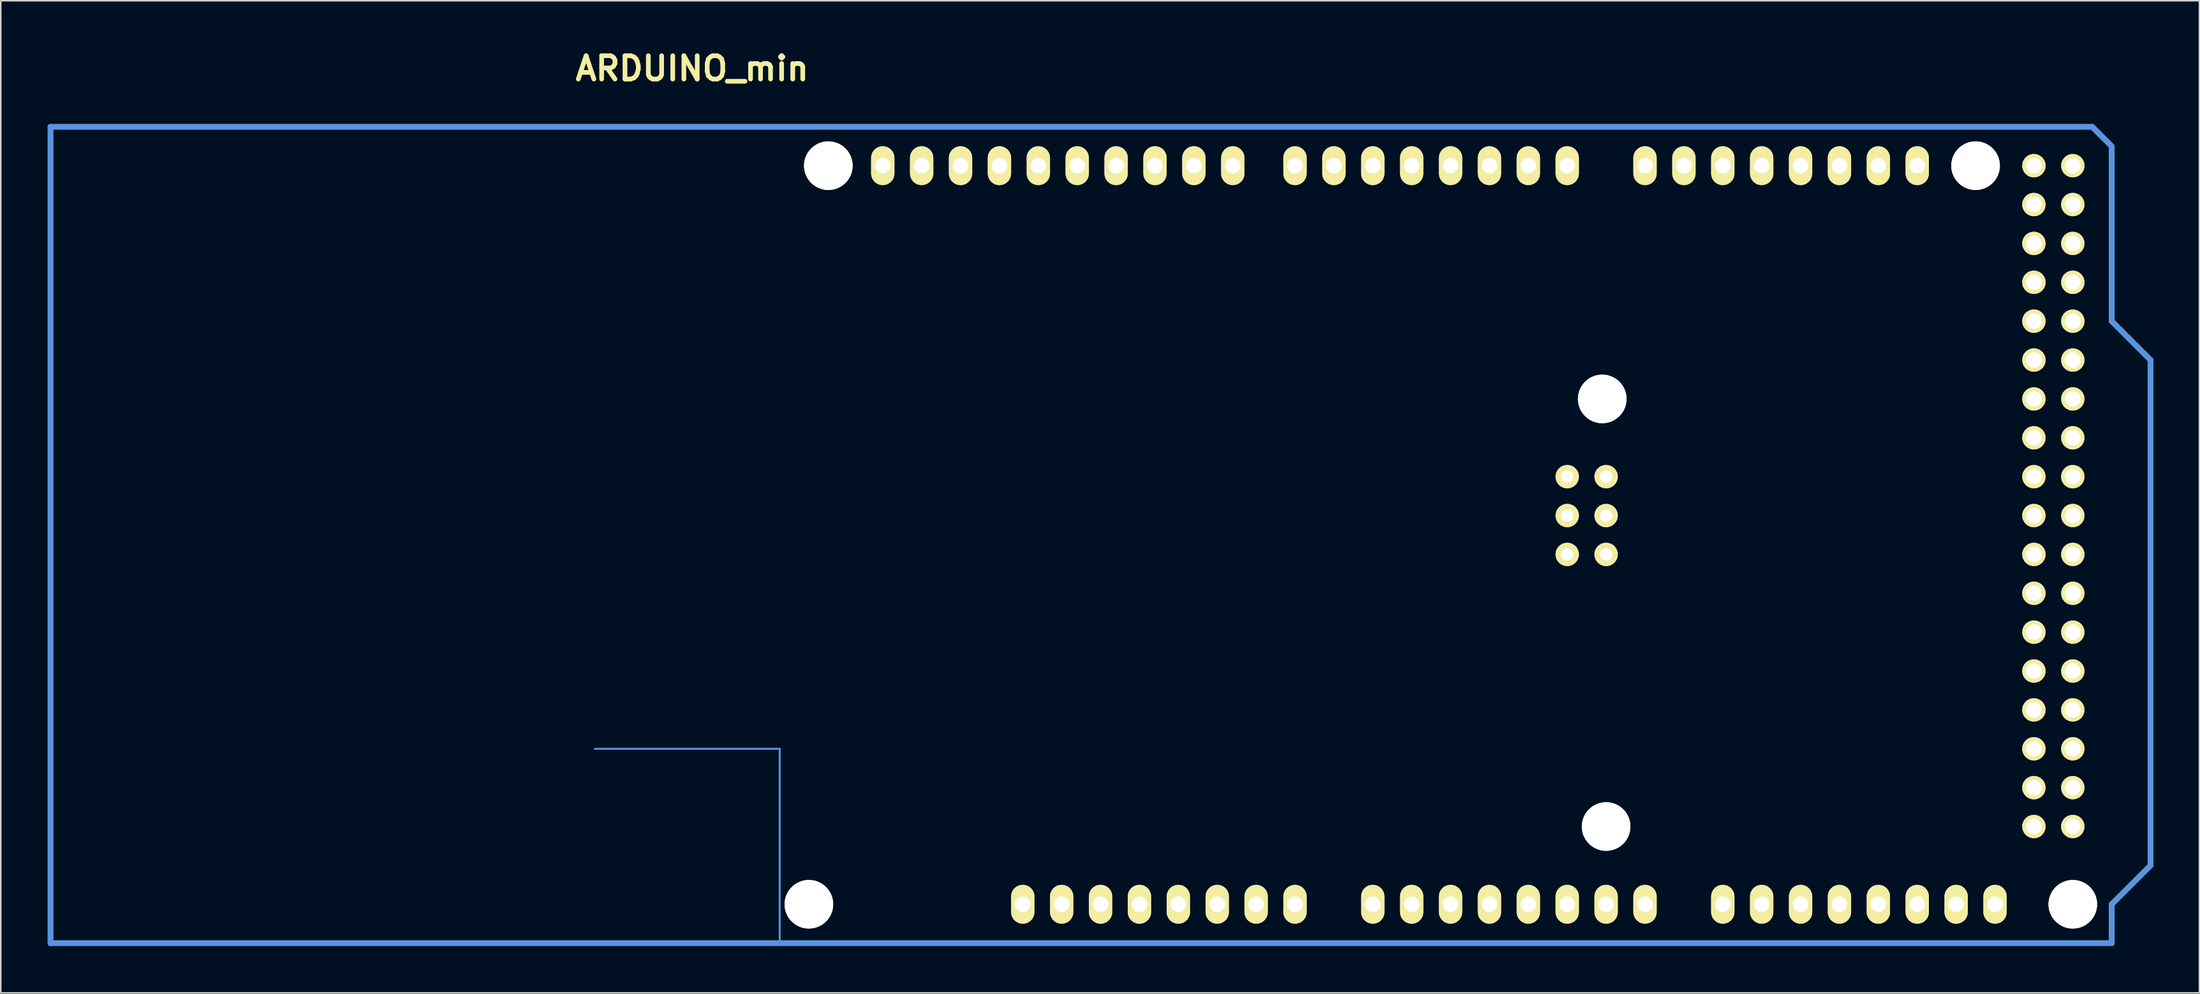
<source format=kicad_pcb>
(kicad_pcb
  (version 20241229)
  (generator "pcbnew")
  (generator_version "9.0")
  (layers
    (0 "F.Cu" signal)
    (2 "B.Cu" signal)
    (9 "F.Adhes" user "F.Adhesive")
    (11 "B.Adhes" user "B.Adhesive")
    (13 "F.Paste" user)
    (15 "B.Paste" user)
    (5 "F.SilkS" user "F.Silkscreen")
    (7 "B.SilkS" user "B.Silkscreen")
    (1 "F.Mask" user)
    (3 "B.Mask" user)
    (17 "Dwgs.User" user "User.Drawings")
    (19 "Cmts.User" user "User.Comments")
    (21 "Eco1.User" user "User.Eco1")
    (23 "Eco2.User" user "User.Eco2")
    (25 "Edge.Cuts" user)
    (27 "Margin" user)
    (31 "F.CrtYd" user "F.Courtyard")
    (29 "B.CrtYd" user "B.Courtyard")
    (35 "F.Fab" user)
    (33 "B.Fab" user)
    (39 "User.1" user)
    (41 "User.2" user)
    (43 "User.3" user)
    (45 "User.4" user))
  (footprint "ARDUINO_min"
    (layer "F.Cu")
    (at 0.25 58.576)
    (property "Reference" "ARDUINO_min" (at 41.91 -57.15 0) (layer "F.SilkS") (effects (font (size 1.524 1.524) (thickness 0.305))))
    (attr through_hole)
    (fp_line (start 0 0) (end 0 -53.34) (stroke (width 0.381) (type solid)) (layer "Cmts.User"))
    (fp_line (start 35.56 -12.7) (end 47.625 -12.7) (stroke (width 0.127) (type solid)) (layer "Cmts.User"))
    (fp_line (start 47.625 -12.7) (end 47.625 0) (stroke (width 0.127) (type solid)) (layer "Cmts.User"))
    (fp_line (start 133.35 -53.34) (end 0 -53.34) (stroke (width 0.381) (type solid)) (layer "Cmts.User"))
    (fp_line (start 134.62 -52.07) (end 133.35 -53.34) (stroke (width 0.381) (type solid)) (layer "Cmts.User"))
    (fp_line (start 134.62 -40.64) (end 134.62 -52.07) (stroke (width 0.381) (type solid)) (layer "Cmts.User"))
    (fp_line (start 134.62 -40.64) (end 137.16 -38.1) (stroke (width 0.381) (type solid)) (layer "Cmts.User"))
    (fp_line (start 134.62 -2.54) (end 134.62 0) (stroke (width 0.381) (type solid)) (layer "Cmts.User"))
    (fp_line (start 134.62 0) (end 0 0) (stroke (width 0.381) (type solid)) (layer "Cmts.User"))
    (fp_line (start 137.16 -38.1) (end 137.16 -5.08) (stroke (width 0.381) (type solid)) (layer "Cmts.User"))
    (fp_line (start 137.16 -5.08) (end 134.62 -2.54) (stroke (width 0.381) (type solid)) (layer "Cmts.User"))
    (pad "" np_thru_hole circle (at 49.53 -2.54 90) (size 3.175 3.175) (drill 3.175) (layers "*.Cu" "*.Mask" "F.SilkS"))
    (pad "" np_thru_hole circle (at 50.8 -50.8 90) (size 3.175 3.175) (drill 3.175) (layers "*.Cu" "*.Mask" "F.SilkS"))
    (pad "" np_thru_hole circle (at 101.346 -35.56) (size 3.175 3.175) (drill 3.175) (layers "*.Cu" "*.Mask" "F.SilkS"))
    (pad "" np_thru_hole circle (at 101.6 -7.62) (size 3.175 3.175) (drill 3.175) (layers "*.Cu" "*.Mask" "F.SilkS"))
    (pad "" np_thru_hole circle (at 125.73 -50.8 90) (size 3.175 3.175) (drill 3.175) (layers "*.Cu" "*.Mask" "F.SilkS"))
    (pad "" np_thru_hole circle (at 132.08 -2.54 90) (size 3.175 3.175) (drill 3.175) (layers "*.Cu" "*.Mask" "F.SilkS"))
    (pad "0" thru_hole oval (at 99.06 -50.8 90) (size 2.54 1.524) (drill 1.016) (layers "*.Cu" "*.Mask" "F.SilkS"))
    (pad "1" thru_hole oval (at 96.52 -50.8 90) (size 2.54 1.524) (drill 1.016) (layers "*.Cu" "*.Mask" "F.SilkS"))
    (pad "2" thru_hole oval (at 93.98 -50.8 90) (size 2.54 1.524) (drill 1.016) (layers "*.Cu" "*.Mask" "F.SilkS"))
    (pad "3" thru_hole oval (at 91.44 -50.8 90) (size 2.54 1.524) (drill 1.016) (layers "*.Cu" "*.Mask" "F.SilkS"))
    (pad "3V3" thru_hole oval (at 71.12 -2.54 90) (size 2.54 1.524) (drill 1.016) (layers "*.Cu" "*.Mask" "F.SilkS"))
    (pad "4" thru_hole oval (at 88.9 -50.8 90) (size 2.54 1.524) (drill 1.016) (layers "*.Cu" "*.Mask" "F.SilkS"))
    (pad "5" thru_hole oval (at 86.36 -50.8 90) (size 2.54 1.524) (drill 1.016) (layers "*.Cu" "*.Mask" "F.SilkS"))
    (pad "5V" thru_hole oval (at 73.66 -2.54 90) (size 2.54 1.524) (drill 1.016) (layers "*.Cu" "*.Mask" "F.SilkS"))
    (pad "5V_4" thru_hole circle (at 129.54 -50.8) (size 1.524 1.524) (drill 1.016) (layers "*.Cu" "*.Mask" "F.SilkS"))
    (pad "5V_5" thru_hole circle (at 132.08 -50.8) (size 1.524 1.524) (drill 1.016) (layers "*.Cu" "*.Mask" "F.SilkS"))
    (pad "6" thru_hole oval (at 83.82 -50.8 90) (size 2.54 1.524) (drill 1.016) (layers "*.Cu" "*.Mask" "F.SilkS"))
    (pad "7" thru_hole oval (at 81.28 -50.8 90) (size 2.54 1.524) (drill 1.016) (layers "*.Cu" "*.Mask" "F.SilkS"))
    (pad "8" thru_hole oval (at 77.216 -50.8 90) (size 2.54 1.524) (drill 1.016) (layers "*.Cu" "*.Mask" "F.SilkS"))
    (pad "9" thru_hole oval (at 74.676 -50.8 90) (size 2.54 1.524) (drill 1.016) (layers "*.Cu" "*.Mask" "F.SilkS"))
    (pad "10" thru_hole oval (at 72.136 -50.8 90) (size 2.54 1.524) (drill 1.016) (layers "*.Cu" "*.Mask" "F.SilkS"))
    (pad "11" thru_hole oval (at 69.596 -50.8 90) (size 2.54 1.524) (drill 1.016) (layers "*.Cu" "*.Mask" "F.SilkS"))
    (pad "12" thru_hole oval (at 67.056 -50.8 90) (size 2.54 1.524) (drill 1.016) (layers "*.Cu" "*.Mask" "F.SilkS"))
    (pad "13" thru_hole oval (at 64.516 -50.8 90) (size 2.54 1.524) (drill 1.016) (layers "*.Cu" "*.Mask" "F.SilkS"))
    (pad "14" thru_hole oval (at 104.14 -50.8 90) (size 2.54 1.524) (drill 1.016) (layers "*.Cu" "*.Mask" "F.SilkS"))
    (pad "15" thru_hole oval (at 106.68 -50.8 90) (size 2.54 1.524) (drill 1.016) (layers "*.Cu" "*.Mask" "F.SilkS"))
    (pad "16" thru_hole oval (at 109.22 -50.8 90) (size 2.54 1.524) (drill 1.016) (layers "*.Cu" "*.Mask" "F.SilkS"))
    (pad "17" thru_hole oval (at 111.76 -50.8 90) (size 2.54 1.524) (drill 1.016) (layers "*.Cu" "*.Mask" "F.SilkS"))
    (pad "18" thru_hole oval (at 114.3 -50.8 90) (size 2.54 1.524) (drill 1.016) (layers "*.Cu" "*.Mask" "F.SilkS"))
    (pad "19" thru_hole oval (at 116.84 -50.8 90) (size 2.54 1.524) (drill 1.016) (layers "*.Cu" "*.Mask" "F.SilkS"))
    (pad "20" thru_hole oval (at 119.38 -50.8 90) (size 2.54 1.524) (drill 1.016) (layers "*.Cu" "*.Mask" "F.SilkS"))
    (pad "21" thru_hole oval (at 121.92 -50.8 90) (size 2.54 1.524) (drill 1.016) (layers "*.Cu" "*.Mask" "F.SilkS"))
    (pad "22" thru_hole circle (at 129.54 -48.26) (size 1.524 1.524) (drill 1.016) (layers "*.Cu" "*.Mask" "F.SilkS"))
    (pad "23" thru_hole circle (at 132.08 -48.26) (size 1.524 1.524) (drill 1.016) (layers "*.Cu" "*.Mask" "F.SilkS"))
    (pad "24" thru_hole circle (at 129.54 -45.72) (size 1.524 1.524) (drill 1.016) (layers "*.Cu" "*.Mask" "F.SilkS"))
    (pad "25" thru_hole circle (at 132.08 -45.72) (size 1.524 1.524) (drill 1.016) (layers "*.Cu" "*.Mask" "F.SilkS"))
    (pad "26" thru_hole circle (at 129.54 -43.18) (size 1.524 1.524) (drill 1.016) (layers "*.Cu" "*.Mask" "F.SilkS"))
    (pad "27" thru_hole circle (at 132.08 -43.18) (size 1.524 1.524) (drill 1.016) (layers "*.Cu" "*.Mask" "F.SilkS"))
    (pad "28" thru_hole circle (at 129.54 -40.64) (size 1.524 1.524) (drill 1.016) (layers "*.Cu" "*.Mask" "F.SilkS"))
    (pad "29" thru_hole circle (at 132.08 -40.64) (size 1.524 1.524) (drill 1.016) (layers "*.Cu" "*.Mask" "F.SilkS"))
    (pad "30" thru_hole circle (at 129.54 -38.1) (size 1.524 1.524) (drill 1.016) (layers "*.Cu" "*.Mask" "F.SilkS"))
    (pad "31" thru_hole circle (at 132.08 -38.1) (size 1.524 1.524) (drill 1.016) (layers "*.Cu" "*.Mask" "F.SilkS"))
    (pad "32" thru_hole circle (at 129.54 -35.56) (size 1.524 1.524) (drill 1.016) (layers "*.Cu" "*.Mask" "F.SilkS"))
    (pad "33" thru_hole circle (at 132.08 -35.56) (size 1.524 1.524) (drill 1.016) (layers "*.Cu" "*.Mask" "F.SilkS"))
    (pad "34" thru_hole circle (at 129.54 -33.02) (size 1.524 1.524) (drill 1.016) (layers "*.Cu" "*.Mask" "F.SilkS"))
    (pad "35" thru_hole circle (at 132.08 -33.02) (size 1.524 1.524) (drill 1.016) (layers "*.Cu" "*.Mask" "F.SilkS"))
    (pad "36" thru_hole circle (at 129.54 -30.48) (size 1.524 1.524) (drill 1.016) (layers "*.Cu" "*.Mask" "F.SilkS"))
    (pad "37" thru_hole circle (at 132.08 -30.48) (size 1.524 1.524) (drill 1.016) (layers "*.Cu" "*.Mask" "F.SilkS"))
    (pad "38" thru_hole circle (at 129.54 -27.94) (size 1.524 1.524) (drill 1.016) (layers "*.Cu" "*.Mask" "F.SilkS"))
    (pad "39" thru_hole circle (at 132.08 -27.94) (size 1.524 1.524) (drill 1.016) (layers "*.Cu" "*.Mask" "F.SilkS"))
    (pad "40" thru_hole circle (at 129.54 -25.4) (size 1.524 1.524) (drill 1.016) (layers "*.Cu" "*.Mask" "F.SilkS"))
    (pad "41" thru_hole circle (at 132.08 -25.4) (size 1.524 1.524) (drill 1.016) (layers "*.Cu" "*.Mask" "F.SilkS"))
    (pad "42" thru_hole circle (at 129.54 -22.86) (size 1.524 1.524) (drill 1.016) (layers "*.Cu" "*.Mask" "F.SilkS"))
    (pad "43" thru_hole circle (at 132.08 -22.86) (size 1.524 1.524) (drill 1.016) (layers "*.Cu" "*.Mask" "F.SilkS"))
    (pad "44" thru_hole circle (at 129.54 -20.32) (size 1.524 1.524) (drill 1.016) (layers "*.Cu" "*.Mask" "F.SilkS"))
    (pad "45" thru_hole circle (at 132.08 -20.32) (size 1.524 1.524) (drill 1.016) (layers "*.Cu" "*.Mask" "F.SilkS"))
    (pad "46" thru_hole circle (at 129.54 -17.78) (size 1.524 1.524) (drill 1.016) (layers "*.Cu" "*.Mask" "F.SilkS"))
    (pad "47" thru_hole circle (at 132.08 -17.78) (size 1.524 1.524) (drill 1.016) (layers "*.Cu" "*.Mask" "F.SilkS"))
    (pad "48" thru_hole circle (at 129.54 -15.24) (size 1.524 1.524) (drill 1.016) (layers "*.Cu" "*.Mask" "F.SilkS"))
    (pad "49" thru_hole circle (at 132.08 -15.24) (size 1.524 1.524) (drill 1.016) (layers "*.Cu" "*.Mask" "F.SilkS"))
    (pad "50" thru_hole circle (at 129.54 -12.7) (size 1.524 1.524) (drill 1.016) (layers "*.Cu" "*.Mask" "F.SilkS"))
    (pad "51" thru_hole circle (at 132.08 -12.7) (size 1.524 1.524) (drill 1.016) (layers "*.Cu" "*.Mask" "F.SilkS"))
    (pad "52" thru_hole circle (at 129.54 -10.16) (size 1.524 1.524) (drill 1.016) (layers "*.Cu" "*.Mask" "F.SilkS"))
    (pad "53" thru_hole circle (at 132.08 -10.16) (size 1.524 1.524) (drill 1.016) (layers "*.Cu" "*.Mask" "F.SilkS"))
    (pad "AD0" thru_hole oval (at 86.36 -2.54 90) (size 2.54 1.524) (drill 1.016) (layers "*.Cu" "*.Mask" "F.SilkS"))
    (pad "AD1" thru_hole oval (at 88.9 -2.54 90) (size 2.54 1.524) (drill 1.016) (layers "*.Cu" "*.Mask" "F.SilkS"))
    (pad "AD2" thru_hole oval (at 91.44 -2.54 90) (size 2.54 1.524) (drill 1.016) (layers "*.Cu" "*.Mask" "F.SilkS"))
    (pad "AD3" thru_hole oval (at 93.98 -2.54 90) (size 2.54 1.524) (drill 1.016) (layers "*.Cu" "*.Mask" "F.SilkS"))
    (pad "AD4" thru_hole oval (at 96.52 -2.54 90) (size 2.54 1.524) (drill 1.016) (layers "*.Cu" "*.Mask" "F.SilkS"))
    (pad "AD5" thru_hole oval (at 99.06 -2.54 90) (size 2.54 1.524) (drill 1.016) (layers "*.Cu" "*.Mask" "F.SilkS"))
    (pad "AD6" thru_hole oval (at 101.6 -2.54 90) (size 2.54 1.524) (drill 1.016) (layers "*.Cu" "*.Mask" "F.SilkS"))
    (pad "AD7" thru_hole oval (at 104.14 -2.54 90) (size 2.54 1.524) (drill 1.016) (layers "*.Cu" "*.Mask" "F.SilkS"))
    (pad "AD8" thru_hole oval (at 109.22 -2.54 90) (size 2.54 1.524) (drill 1.016) (layers "*.Cu" "*.Mask" "F.SilkS"))
    (pad "AD9" thru_hole oval (at 111.76 -2.54 90) (size 2.54 1.524) (drill 1.016) (layers "*.Cu" "*.Mask" "F.SilkS"))
    (pad "AD10" thru_hole oval (at 114.3 -2.54 90) (size 2.54 1.524) (drill 1.016) (layers "*.Cu" "*.Mask" "F.SilkS"))
    (pad "AD11" thru_hole oval (at 116.84 -2.54 90) (size 2.54 1.524) (drill 1.016) (layers "*.Cu" "*.Mask" "F.SilkS"))
    (pad "AREF" thru_hole oval (at 59.436 -50.8 90) (size 2.54 1.524) (drill 1.016) (layers "*.Cu" "*.Mask" "F.SilkS"))
    (pad "C_RX" thru_hole oval (at 124.46 -2.54 90) (size 2.54 1.524) (drill 1.016) (layers "*.Cu" "*.Mask" "F.SilkS"))
    (pad "C_TX" thru_hole oval (at 127 -2.54 90) (size 2.54 1.524) (drill 1.016) (layers "*.Cu" "*.Mask" "F.SilkS"))
    (pad "DAC0" thru_hole oval (at 119.38 -2.54 90) (size 2.54 1.524) (drill 1.016) (layers "*.Cu" "*.Mask" "F.SilkS"))
    (pad "DAC1" thru_hole oval (at 121.92 -2.54 90) (size 2.54 1.524) (drill 1.016) (layers "*.Cu" "*.Mask" "F.SilkS"))
    (pad "GND1" thru_hole oval (at 76.2 -2.54 90) (size 2.54 1.524) (drill 1.016) (layers "*.Cu" "*.Mask" "F.SilkS"))
    (pad "GND2" thru_hole oval (at 78.74 -2.54 90) (size 2.54 1.524) (drill 1.016) (layers "*.Cu" "*.Mask" "F.SilkS"))
    (pad "GND3" thru_hole oval (at 61.976 -50.8 90) (size 2.54 1.524) (drill 1.016) (layers "*.Cu" "*.Mask" "F.SilkS"))
    (pad "GND4" thru_hole circle (at 129.54 -7.62) (size 1.524 1.524) (drill 1.016) (layers "*.Cu" "*.Mask" "F.SilkS"))
    (pad "GND5" thru_hole circle (at 132.08 -7.62) (size 1.524 1.524) (drill 1.016) (layers "*.Cu" "*.Mask" "F.SilkS"))
    (pad "IO_R" thru_hole oval (at 66.04 -2.54 90) (size 2.54 1.524) (drill 1.016) (layers "*.Cu" "*.Mask" "F.SilkS"))
    (pad "NC" thru_hole oval (at 63.5 -2.54 90) (size 2.54 1.524) (drill 1.016) (layers "*.Cu" "*.Mask" "F.SilkS"))
    (pad "RST" thru_hole oval (at 68.58 -2.54 90) (size 2.54 1.524) (drill 1.016) (layers "*.Cu" "*.Mask" "F.SilkS"))
    (pad "SCL1" thru_hole oval (at 54.356 -50.8 90) (size 2.54 1.524) (drill 1.016) (layers "*.Cu" "*.Mask" "F.SilkS"))
    (pad "SDA1" thru_hole oval (at 56.896 -50.8 90) (size 2.54 1.524) (drill 1.016) (layers "*.Cu" "*.Mask" "F.SilkS"))
    (pad "SP1" thru_hole circle (at 99.06 -30.48) (size 1.524 1.524) (drill 0.813) (layers "*.Cu" "*.Mask" "F.SilkS"))
    (pad "SP2" thru_hole circle (at 101.6 -30.48) (size 1.524 1.524) (drill 0.813) (layers "*.Cu" "*.Mask" "F.SilkS"))
    (pad "SP3" thru_hole circle (at 99.06 -27.94) (size 1.524 1.524) (drill 0.813) (layers "*.Cu" "*.Mask" "F.SilkS"))
    (pad "SP4" thru_hole circle (at 101.6 -27.94) (size 1.524 1.524) (drill 0.813) (layers "*.Cu" "*.Mask" "F.SilkS"))
    (pad "SP5" thru_hole circle (at 99.06 -25.4) (size 1.524 1.524) (drill 0.813) (layers "*.Cu" "*.Mask" "F.SilkS"))
    (pad "SP6" thru_hole circle (at 101.6 -25.4) (size 1.524 1.524) (drill 0.813) (layers "*.Cu" "*.Mask" "F.SilkS"))
    (pad "V_IN" thru_hole oval (at 81.28 -2.54 90) (size 2.54 1.524) (drill 1.016) (layers "*.Cu" "*.Mask" "F.SilkS")))
  (gr_rect
    (start -3 -3)
    (end 140.601 61.826)
    (stroke (width 0.1) (type default))
    (fill no)
    (layer "Edge.Cuts")))
</source>
